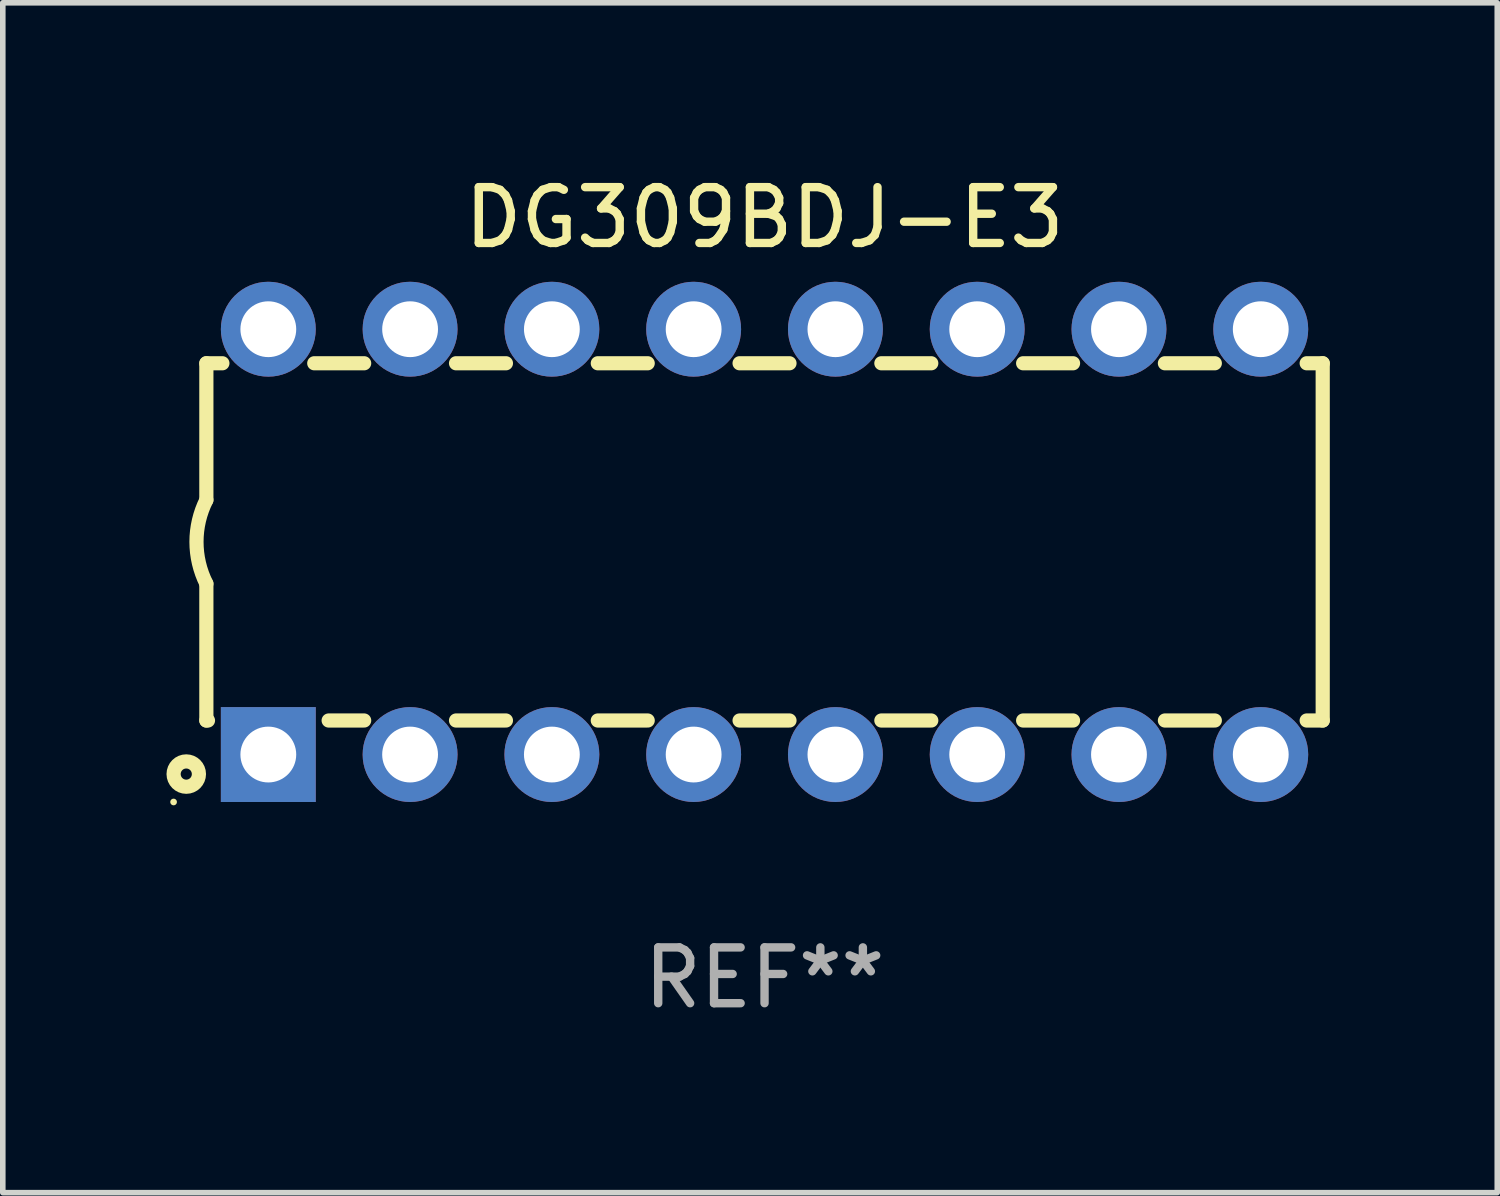
<source format=kicad_pcb>
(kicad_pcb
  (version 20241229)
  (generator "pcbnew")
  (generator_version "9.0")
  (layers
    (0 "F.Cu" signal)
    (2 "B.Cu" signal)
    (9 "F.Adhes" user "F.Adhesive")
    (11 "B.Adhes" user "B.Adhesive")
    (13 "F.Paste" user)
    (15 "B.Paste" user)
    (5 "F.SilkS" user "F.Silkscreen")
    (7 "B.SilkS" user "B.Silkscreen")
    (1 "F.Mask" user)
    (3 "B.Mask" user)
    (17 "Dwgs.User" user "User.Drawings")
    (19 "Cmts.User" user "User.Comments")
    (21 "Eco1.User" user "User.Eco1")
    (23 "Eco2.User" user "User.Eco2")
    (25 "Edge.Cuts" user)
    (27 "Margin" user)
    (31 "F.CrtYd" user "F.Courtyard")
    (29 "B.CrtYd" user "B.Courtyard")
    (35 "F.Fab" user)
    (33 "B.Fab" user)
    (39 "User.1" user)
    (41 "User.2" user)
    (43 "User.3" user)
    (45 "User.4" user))
  (footprint "DG309BDJ-E3"
    (layer "F.Cu")
    (at 10.647 6.658)
    (property "Reference" "DG309BDJ-E3" (at 0 -5.81 0) (layer "F.SilkS") (effects (font (size 1 1) (thickness 0.15))))
    (attr through_hole)
    (fp_line (start -10 -3.2) (end -10 -0.75) (stroke (width 0.254) (type solid)) (layer "F.SilkS"))
    (fp_line (start -10 -3.2) (end -9.713 -3.2) (stroke (width 0.254) (type solid)) (layer "F.SilkS"))
    (fp_line (start -10 3.2) (end -10 0.75) (stroke (width 0.254) (type solid)) (layer "F.SilkS"))
    (fp_line (start -10 3.2) (end -9.971 3.2) (stroke (width 0.254) (type solid)) (layer "F.SilkS"))
    (fp_line (start -8.067 -3.2) (end -7.173 -3.2) (stroke (width 0.254) (type solid)) (layer "F.SilkS"))
    (fp_line (start -7.809 3.2) (end -7.173 3.2) (stroke (width 0.254) (type solid)) (layer "F.SilkS"))
    (fp_line (start -5.527 3.2) (end -4.633 3.2) (stroke (width 0.254) (type solid)) (layer "F.SilkS"))
    (fp_line (start -5.527 -3.2) (end -4.633 -3.2) (stroke (width 0.254) (type solid)) (layer "F.SilkS"))
    (fp_line (start -2.987 3.2) (end -2.093 3.2) (stroke (width 0.254) (type solid)) (layer "F.SilkS"))
    (fp_line (start -2.987 -3.2) (end -2.093 -3.2) (stroke (width 0.254) (type solid)) (layer "F.SilkS"))
    (fp_line (start -0.447 3.2) (end 0.447 3.2) (stroke (width 0.254) (type solid)) (layer "F.SilkS"))
    (fp_line (start -0.447 -3.2) (end 0.447 -3.2) (stroke (width 0.254) (type solid)) (layer "F.SilkS"))
    (fp_line (start 2.093 3.2) (end 2.987 3.2) (stroke (width 0.254) (type solid)) (layer "F.SilkS"))
    (fp_line (start 2.093 -3.2) (end 2.987 -3.2) (stroke (width 0.254) (type solid)) (layer "F.SilkS"))
    (fp_line (start 4.633 3.2) (end 5.527 3.2) (stroke (width 0.254) (type solid)) (layer "F.SilkS"))
    (fp_line (start 4.633 -3.2) (end 5.527 -3.2) (stroke (width 0.254) (type solid)) (layer "F.SilkS"))
    (fp_line (start 7.173 3.2) (end 8.067 3.2) (stroke (width 0.254) (type solid)) (layer "F.SilkS"))
    (fp_line (start 7.173 -3.2) (end 8.067 -3.2) (stroke (width 0.254) (type solid)) (layer "F.SilkS"))
    (fp_line (start 9.713 3.2) (end 10 3.2) (stroke (width 0.254) (type solid)) (layer "F.SilkS"))
    (fp_line (start 9.713 -3.2) (end 10 -3.2) (stroke (width 0.254) (type solid)) (layer "F.SilkS"))
    (fp_line (start 10 -3.2) (end 10 3.2) (stroke (width 0.254) (type solid)) (layer "F.SilkS"))
    (fp_arc (start -10 0.748793) (mid -10.176918 -0.000607) (end -10.000025 -0.750013) (stroke (width 0.254001) (type solid)) (layer "F.SilkS"))
    (fp_circle (center -10.587 4.66) (end -10.557 4.66) (stroke (width 0.06) (type solid)) (fill no) (layer "F.SilkS"))
    (fp_circle (center -10.36 4.16) (end -10.26 4.16) (stroke (width 0.254) (type solid)) (fill no) (layer "F.SilkS"))
    (fp_text user "REF**" (at 0 7.81 0) (layer "F.Fab") (effects (font (size 1 1) (thickness 0.15))))
    (pad "1" thru_hole rect (at -8.89 3.81 90) (size 1.7 1.7) (drill 1) (layers "*.Cu" "*.Mask"))
    (pad "2" thru_hole circle (at -6.35 3.81) (size 1.7 1.7) (drill 1) (layers "*.Cu" "*.Mask"))
    (pad "3" thru_hole circle (at -3.81 3.81) (size 1.7 1.7) (drill 1) (layers "*.Cu" "*.Mask"))
    (pad "4" thru_hole circle (at -1.27 3.81) (size 1.7 1.7) (drill 1) (layers "*.Cu" "*.Mask"))
    (pad "5" thru_hole circle (at 1.27 3.81) (size 1.7 1.7) (drill 1) (layers "*.Cu" "*.Mask"))
    (pad "6" thru_hole circle (at 3.81 3.81) (size 1.7 1.7) (drill 1) (layers "*.Cu" "*.Mask"))
    (pad "7" thru_hole circle (at 6.35 3.81) (size 1.7 1.7) (drill 1) (layers "*.Cu" "*.Mask"))
    (pad "8" thru_hole circle (at 8.89 3.81) (size 1.7 1.7) (drill 1) (layers "*.Cu" "*.Mask"))
    (pad "9" thru_hole circle (at 8.89 -3.81) (size 1.7 1.7) (drill 1) (layers "*.Cu" "*.Mask"))
    (pad "10" thru_hole circle (at 6.35 -3.81) (size 1.7 1.7) (drill 1) (layers "*.Cu" "*.Mask"))
    (pad "11" thru_hole circle (at 3.81 -3.81) (size 1.7 1.7) (drill 1) (layers "*.Cu" "*.Mask"))
    (pad "12" thru_hole circle (at 1.27 -3.81) (size 1.7 1.7) (drill 1) (layers "*.Cu" "*.Mask"))
    (pad "13" thru_hole circle (at -1.27 -3.81) (size 1.7 1.7) (drill 1) (layers "*.Cu" "*.Mask"))
    (pad "14" thru_hole circle (at -3.81 -3.81) (size 1.7 1.7) (drill 1) (layers "*.Cu" "*.Mask"))
    (pad "15" thru_hole circle (at -6.35 -3.81) (size 1.7 1.7) (drill 1) (layers "*.Cu" "*.Mask"))
    (pad "16" thru_hole circle (at -8.89 -3.81) (size 1.7 1.7) (drill 1) (layers "*.Cu" "*.Mask")))
  (gr_rect
    (start -3 -3)
    (end 23.774 18.317)
    (stroke (width 0.1) (type default))
    (fill no)
    (layer "Edge.Cuts")))
</source>
